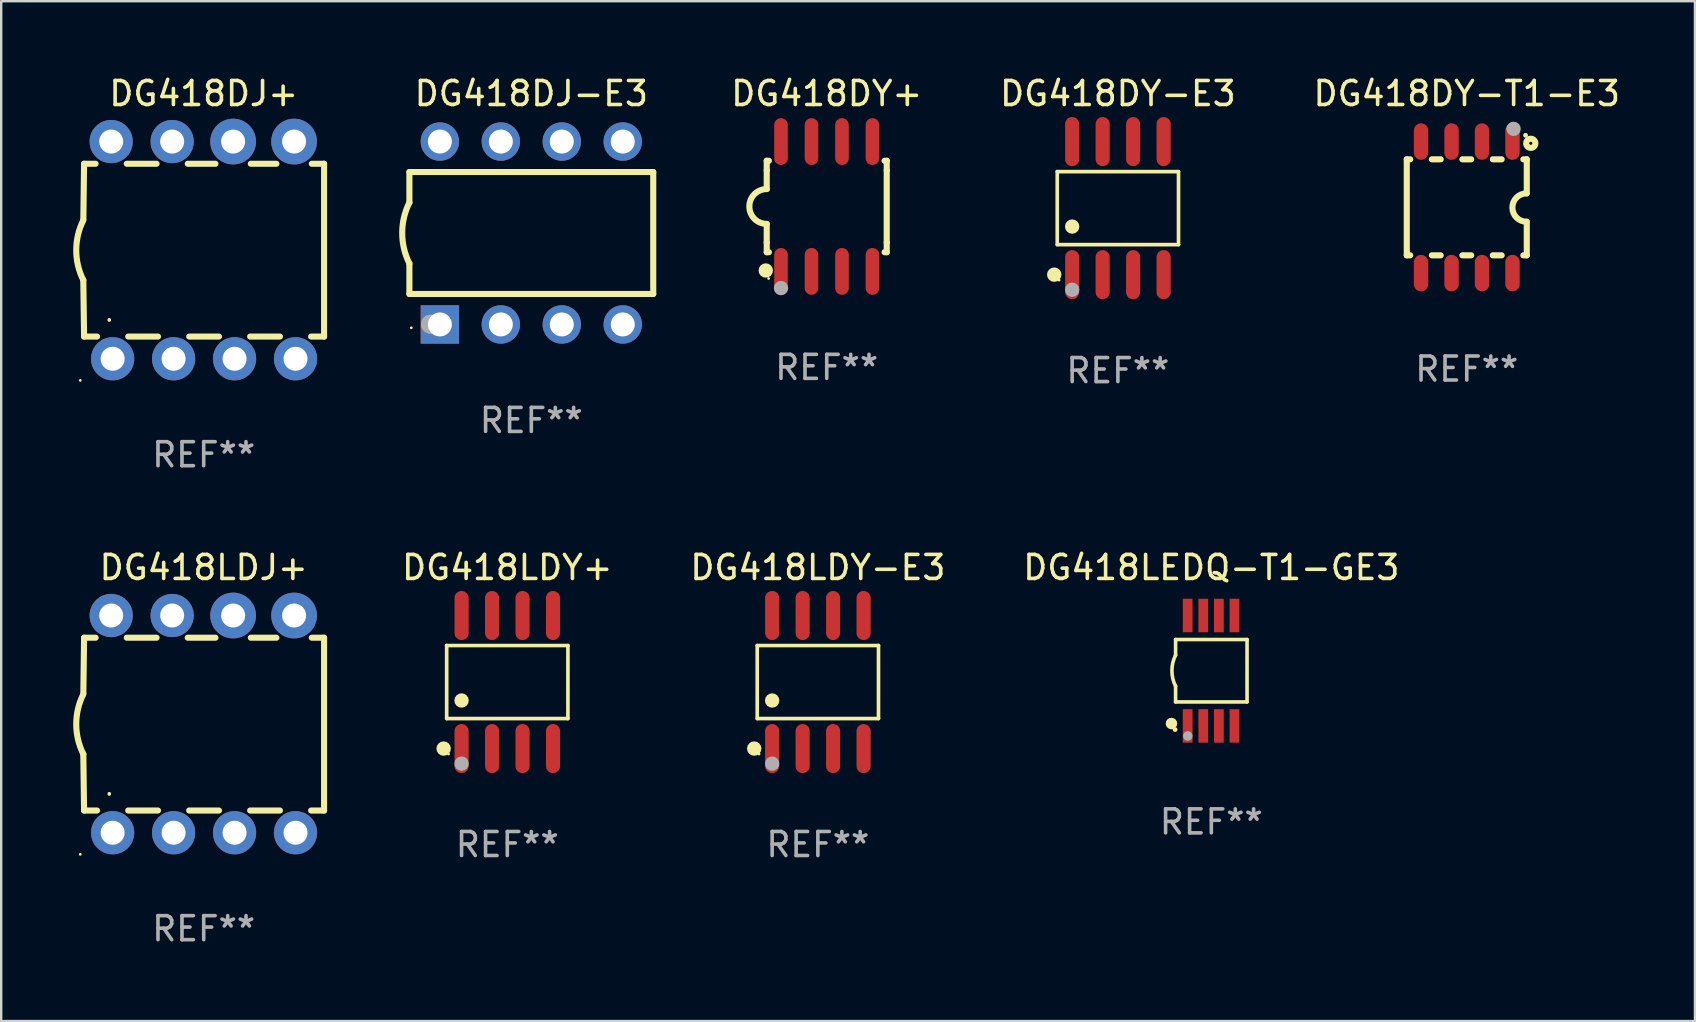
<source format=kicad_pcb>
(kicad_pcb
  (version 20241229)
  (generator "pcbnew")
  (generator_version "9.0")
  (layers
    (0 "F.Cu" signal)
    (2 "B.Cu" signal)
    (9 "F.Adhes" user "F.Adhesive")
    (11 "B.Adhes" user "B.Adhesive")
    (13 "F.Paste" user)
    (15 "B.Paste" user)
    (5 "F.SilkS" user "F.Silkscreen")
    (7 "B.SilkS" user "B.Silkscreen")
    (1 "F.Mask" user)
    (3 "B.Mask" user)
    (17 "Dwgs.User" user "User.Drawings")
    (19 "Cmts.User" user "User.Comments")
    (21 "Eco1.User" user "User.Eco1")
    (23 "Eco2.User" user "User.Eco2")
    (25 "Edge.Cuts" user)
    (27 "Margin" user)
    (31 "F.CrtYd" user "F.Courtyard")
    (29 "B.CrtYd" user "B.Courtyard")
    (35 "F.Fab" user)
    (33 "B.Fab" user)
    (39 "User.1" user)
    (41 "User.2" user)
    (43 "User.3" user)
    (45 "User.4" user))
  (footprint "DG418LDJ+"
    (layer "F.Cu")
    (at 5.437 27.12)
    (property "Reference" "DG418LDJ+" (at 0 -6.525 0) (layer "F.SilkS") (effects (font (size 1 1) (thickness 0.15))))
    (attr through_hole)
    (fp_line (start -4.984 -3.6) (end -5.014 -1.3) (stroke (width 0.254) (type solid)) (layer "F.SilkS"))
    (fp_line (start -4.984 -3.6) (end -4.504 -3.6) (stroke (width 0.254) (type solid)) (layer "F.SilkS"))
    (fp_line (start -4.984 3.6) (end -5.016 1.25) (stroke (width 0.254) (type solid)) (layer "F.SilkS"))
    (fp_line (start -4.984 3.6) (end -4.444 3.6) (stroke (width 0.254) (type solid)) (layer "F.SilkS"))
    (fp_line (start -3.205 -3.6) (end -1.964 -3.6) (stroke (width 0.254) (type solid)) (layer "F.SilkS"))
    (fp_line (start -3.145 3.6) (end -1.904 3.6) (stroke (width 0.254) (type solid)) (layer "F.SilkS"))
    (fp_line (start -0.665 -3.6) (end 0.489 -3.6) (stroke (width 0.254) (type solid)) (layer "F.SilkS"))
    (fp_line (start -0.605 3.6) (end 0.636 3.6) (stroke (width 0.254) (type solid)) (layer "F.SilkS"))
    (fp_line (start 1.935 3.6) (end 3.176 3.6) (stroke (width 0.254) (type solid)) (layer "F.SilkS"))
    (fp_line (start 1.963 -3.6) (end 3.029 -3.6) (stroke (width 0.254) (type solid)) (layer "F.SilkS"))
    (fp_line (start 4.475 3.6) (end 5.016 3.6) (stroke (width 0.254) (type solid)) (layer "F.SilkS"))
    (fp_line (start 4.503 -3.6) (end 5.016 -3.6) (stroke (width 0.254) (type solid)) (layer "F.SilkS"))
    (fp_line (start 5.016 -3.6) (end 5.016 3.6) (stroke (width 0.254) (type solid)) (layer "F.SilkS"))
    (fp_arc (start -5.015621 1.24972) (mid -5.310243 -0.000275) (end -5.014376 -1.249975) (stroke (width 0.254001) (type solid)) (layer "F.SilkS"))
    (fp_arc (start -3.934646 2.911239) (mid -3.934581 2.905612) (end -3.934392 2.899987) (stroke (width 0.149987) (type solid)) (layer "F.SilkS"))
    (fp_circle (center -5.143 5.425) (end -5.113 5.425) (stroke (width 0.06) (type solid)) (fill no) (layer "F.SilkS"))
    (fp_text user "REF**" (at 0 8.525 0) (layer "F.Fab") (effects (font (size 1 1) (thickness 0.15))))
    (pad "1" thru_hole circle (at -3.794 4.525) (size 1.8 1.8) (drill 1) (layers "*.Cu" "*.Mask"))
    (pad "2" thru_hole circle (at -1.254 4.525) (size 1.8 1.8) (drill 1) (layers "*.Cu" "*.Mask"))
    (pad "3" thru_hole circle (at 1.286 4.525) (size 1.8 1.8) (drill 1) (layers "*.Cu" "*.Mask"))
    (pad "4" thru_hole circle (at 3.826 4.525) (size 1.8 1.8) (drill 1) (layers "*.Cu" "*.Mask"))
    (pad "5" thru_hole circle (at 3.766 -4.525) (size 1.905 1.905) (drill 1) (layers "*.Cu" "*.Mask"))
    (pad "6" thru_hole circle (at 1.226 -4.525) (size 1.905 1.905) (drill 1) (layers "*.Cu" "*.Mask"))
    (pad "7" thru_hole circle (at -1.314 -4.525) (size 1.8 1.8) (drill 1) (layers "*.Cu" "*.Mask"))
    (pad "8" thru_hole circle (at -3.854 -4.525) (size 1.8 1.8) (drill 1) (layers "*.Cu" "*.Mask")))
  (footprint "DG418DJ-E3"
    (layer "F.Cu")
    (at 19.087 6.658)
    (property "Reference" "DG418DJ-E3" (at 0 -5.81 0) (layer "F.SilkS") (effects (font (size 1 1) (thickness 0.15))))
    (attr through_hole)
    (fp_line (start -5.08 -1.27) (end -5.08 -2.54) (stroke (width 0.254) (type solid)) (layer "F.SilkS"))
    (fp_line (start -5.08 2.54) (end -5.08 1.27) (stroke (width 0.254) (type solid)) (layer "F.SilkS"))
    (fp_line (start 5.08 -2.54) (end -5.08 -2.54) (stroke (width 0.254) (type solid)) (layer "F.SilkS"))
    (fp_line (start 5.08 2.54) (end -5.08 2.54) (stroke (width 0.254) (type solid)) (layer "F.SilkS"))
    (fp_line (start 5.08 2.54) (end 5.08 -2.54) (stroke (width 0.254) (type solid)) (layer "F.SilkS"))
    (fp_arc (start -5.080011 1.270002) (mid -5.379818 -0.000001) (end -5.08001 -1.270003) (stroke (width 0.254001) (type solid)) (layer "F.SilkS"))
    (fp_circle (center -5 3.95) (end -4.97 3.95) (stroke (width 0.06) (type solid)) (fill no) (layer "F.SilkS"))
    (fp_circle (center -4.2 3.8) (end -4 3.8) (stroke (width 0.4) (type solid)) (fill no) (layer "F.Fab"))
    (fp_text user "REF**" (at 0 7.81 0) (layer "F.Fab") (effects (font (size 1 1) (thickness 0.15))))
    (pad "1" thru_hole rect (at -3.81 3.81) (size 1.6 1.6) (drill 1) (layers "*.Cu" "*.Mask"))
    (pad "2" thru_hole circle (at -1.27 3.81) (size 1.6 1.6) (drill 1) (layers "*.Cu" "*.Mask"))
    (pad "3" thru_hole circle (at 1.27 3.81) (size 1.6 1.6) (drill 1) (layers "*.Cu" "*.Mask"))
    (pad "4" thru_hole circle (at 3.81 3.81) (size 1.6 1.6) (drill 1) (layers "*.Cu" "*.Mask"))
    (pad "5" thru_hole circle (at 3.81 -3.81) (size 1.6 1.6) (drill 1) (layers "*.Cu" "*.Mask"))
    (pad "6" thru_hole circle (at 1.27 -3.81) (size 1.6 1.6) (drill 1) (layers "*.Cu" "*.Mask"))
    (pad "7" thru_hole circle (at -1.27 -3.81) (size 1.6 1.6) (drill 1) (layers "*.Cu" "*.Mask"))
    (pad "8" thru_hole circle (at -3.81 -3.81) (size 1.6 1.6) (drill 1) (layers "*.Cu" "*.Mask")))
  (footprint "DG418DY-E3"
    (layer "F.Cu")
    (at 43.526 5.621)
    (property "Reference" "DG418DY-E3" (at 0 -4.772 0) (layer "F.SilkS") (effects (font (size 1 1) (thickness 0.15))))
    (attr through_hole)
    (fp_line (start -2.526 -1.521) (end 2.526 -1.521) (stroke (width 0.152) (type solid)) (layer "F.SilkS"))
    (fp_line (start -2.526 1.521) (end -2.526 -1.521) (stroke (width 0.152) (type solid)) (layer "F.SilkS"))
    (fp_line (start 2.526 -1.521) (end 2.526 1.521) (stroke (width 0.152) (type solid)) (layer "F.SilkS"))
    (fp_line (start 2.526 1.521) (end -2.526 1.521) (stroke (width 0.152) (type solid)) (layer "F.SilkS"))
    (fp_circle (center -2.652 2.772) (end -2.501 2.772) (stroke (width 0.3) (type solid)) (fill no) (layer "F.SilkS"))
    (fp_circle (center -2.45 3) (end -2.42 3) (stroke (width 0.06) (type solid)) (fill no) (layer "F.SilkS"))
    (fp_circle (center -1.905 0.769) (end -1.755 0.769) (stroke (width 0.3) (type solid)) (fill no) (layer "F.SilkS"))
    (fp_circle (center -1.905 3.4) (end -1.755 3.4) (stroke (width 0.3) (type solid)) (fill no) (layer "F.Fab"))
    (fp_text user "REF**" (at 0 6.772 0) (layer "F.Fab") (effects (font (size 1 1) (thickness 0.15))))
    (pad "1" smd oval (at -1.905 2.772) (size 0.588 2.045) (layers "F.Cu" "F.Mask" "F.Paste"))
    (pad "2" smd oval (at -0.635 2.772) (size 0.588 2.045) (layers "F.Cu" "F.Mask" "F.Paste"))
    (pad "3" smd oval (at 0.635 2.772) (size 0.588 2.045) (layers "F.Cu" "F.Mask" "F.Paste"))
    (pad "4" smd oval (at 1.905 2.772) (size 0.588 2.045) (layers "F.Cu" "F.Mask" "F.Paste"))
    (pad "5" smd oval (at 1.905 -2.772) (size 0.588 2.045) (layers "F.Cu" "F.Mask" "F.Paste"))
    (pad "6" smd oval (at 0.635 -2.772) (size 0.588 2.045) (layers "F.Cu" "F.Mask" "F.Paste"))
    (pad "7" smd oval (at -0.635 -2.772) (size 0.588 2.045) (layers "F.Cu" "F.Mask" "F.Paste"))
    (pad "8" smd oval (at -1.905 -2.772) (size 0.588 2.045) (layers "F.Cu" "F.Mask" "F.Paste")))
  (footprint "DG418DY+"
    (layer "F.Cu")
    (at 31.395 5.553)
    (property "Reference" "DG418DY+" (at 0 -4.705 0) (layer "F.SilkS") (effects (font (size 1 1) (thickness 0.15))))
    (attr through_hole)
    (fp_line (start -2.5 -1.905) (end -2.409 -1.905) (stroke (width 0.254) (type solid)) (layer "F.SilkS"))
    (fp_line (start -2.5 -1.5) (end -2.5 -1.905) (stroke (width 0.254) (type solid)) (layer "F.SilkS"))
    (fp_line (start -2.5 -1.5) (end -2.5 -0.726) (stroke (width 0.254) (type solid)) (layer "F.SilkS"))
    (fp_line (start -2.5 1.5) (end -2.5 0.727) (stroke (width 0.254) (type solid)) (layer "F.SilkS"))
    (fp_line (start -2.5 1.5) (end -2.5 1.905) (stroke (width 0.254) (type solid)) (layer "F.SilkS"))
    (fp_line (start -2.5 1.905) (end -2.409 1.905) (stroke (width 0.254) (type solid)) (layer "F.SilkS"))
    (fp_line (start 2.5 -1.905) (end 2.409 -1.905) (stroke (width 0.254) (type solid)) (layer "F.SilkS"))
    (fp_line (start 2.5 -1.5) (end 2.5 -1.905) (stroke (width 0.254) (type solid)) (layer "F.SilkS"))
    (fp_line (start 2.5 -1.5) (end 2.5 1.5) (stroke (width 0.254) (type solid)) (layer "F.SilkS"))
    (fp_line (start 2.5 1.5) (end 2.5 1.905) (stroke (width 0.254) (type solid)) (layer "F.SilkS"))
    (fp_line (start 2.5 1.905) (end 2.409 1.905) (stroke (width 0.254) (type solid)) (layer "F.SilkS"))
    (fp_arc (start -2.5 0.726568) (mid -3.220316 -0.0023) (end -2.495097 -0.726289) (stroke (width 0.254001) (type solid)) (layer "F.SilkS"))
    (fp_circle (center -2.54 2.667) (end -2.39 2.667) (stroke (width 0.3) (type solid)) (fill no) (layer "F.SilkS"))
    (fp_circle (center -2.42 3) (end -2.39 3) (stroke (width 0.06) (type solid)) (fill no) (layer "F.SilkS"))
    (fp_circle (center -1.905 3.4) (end -1.755 3.4) (stroke (width 0.3) (type solid)) (fill no) (layer "F.Fab"))
    (fp_text user "REF**" (at 0 6.705 0) (layer "F.Fab") (effects (font (size 1 1) (thickness 0.15))))
    (pad "1" smd oval (at -1.905 2.705) (size 0.568 1.95) (layers "F.Cu" "F.Mask" "F.Paste"))
    (pad "2" smd oval (at -0.635 2.705) (size 0.568 1.95) (layers "F.Cu" "F.Mask" "F.Paste"))
    (pad "3" smd oval (at 0.635 2.705) (size 0.568 1.95) (layers "F.Cu" "F.Mask" "F.Paste"))
    (pad "4" smd oval (at 1.905 2.705) (size 0.568 1.95) (layers "F.Cu" "F.Mask" "F.Paste"))
    (pad "5" smd oval (at 1.905 -2.705) (size 0.568 1.95) (layers "F.Cu" "F.Mask" "F.Paste"))
    (pad "6" smd oval (at 0.635 -2.705) (size 0.568 1.95) (layers "F.Cu" "F.Mask" "F.Paste"))
    (pad "7" smd oval (at -0.635 -2.705) (size 0.568 1.95) (layers "F.Cu" "F.Mask" "F.Paste"))
    (pad "8" smd oval (at -1.905 -2.705) (size 0.568 1.95) (layers "F.Cu" "F.Mask" "F.Paste")))
  (footprint "DG418LDY+"
    (layer "F.Cu")
    (at 18.086 25.367)
    (property "Reference" "DG418LDY+" (at 0 -4.772 0) (layer "F.SilkS") (effects (font (size 1 1) (thickness 0.15))))
    (attr through_hole)
    (fp_line (start -2.526 -1.521) (end 2.526 -1.521) (stroke (width 0.152) (type solid)) (layer "F.SilkS"))
    (fp_line (start -2.526 1.521) (end -2.526 -1.521) (stroke (width 0.152) (type solid)) (layer "F.SilkS"))
    (fp_line (start 2.526 -1.521) (end 2.526 1.521) (stroke (width 0.152) (type solid)) (layer "F.SilkS"))
    (fp_line (start 2.526 1.521) (end -2.526 1.521) (stroke (width 0.152) (type solid)) (layer "F.SilkS"))
    (fp_circle (center -2.652 2.772) (end -2.501 2.772) (stroke (width 0.3) (type solid)) (fill no) (layer "F.SilkS"))
    (fp_circle (center -2.45 3) (end -2.42 3) (stroke (width 0.06) (type solid)) (fill no) (layer "F.SilkS"))
    (fp_circle (center -1.905 0.769) (end -1.755 0.769) (stroke (width 0.3) (type solid)) (fill no) (layer "F.SilkS"))
    (fp_circle (center -1.905 3.4) (end -1.755 3.4) (stroke (width 0.3) (type solid)) (fill no) (layer "F.Fab"))
    (fp_text user "REF**" (at 0 6.772 0) (layer "F.Fab") (effects (font (size 1 1) (thickness 0.15))))
    (pad "1" smd oval (at -1.905 2.772) (size 0.588 2.045) (layers "F.Cu" "F.Mask" "F.Paste"))
    (pad "2" smd oval (at -0.635 2.772) (size 0.588 2.045) (layers "F.Cu" "F.Mask" "F.Paste"))
    (pad "3" smd oval (at 0.635 2.772) (size 0.588 2.045) (layers "F.Cu" "F.Mask" "F.Paste"))
    (pad "4" smd oval (at 1.905 2.772) (size 0.588 2.045) (layers "F.Cu" "F.Mask" "F.Paste"))
    (pad "5" smd oval (at 1.905 -2.772) (size 0.588 2.045) (layers "F.Cu" "F.Mask" "F.Paste"))
    (pad "6" smd oval (at 0.635 -2.772) (size 0.588 2.045) (layers "F.Cu" "F.Mask" "F.Paste"))
    (pad "7" smd oval (at -0.635 -2.772) (size 0.588 2.045) (layers "F.Cu" "F.Mask" "F.Paste"))
    (pad "8" smd oval (at -1.905 -2.772) (size 0.588 2.045) (layers "F.Cu" "F.Mask" "F.Paste")))
  (footprint "DG418DY-T1-E3"
    (layer "F.Cu")
    (at 58.062 5.588)
    (property "Reference" "DG418DY-T1-E3" (at 0 -4.74 0) (layer "F.SilkS") (effects (font (size 1 1) (thickness 0.15))))
    (attr through_hole)
    (fp_line (start -2.5 2) (end -2.5 -2) (stroke (width 0.254) (type solid)) (layer "F.SilkS"))
    (fp_line (start -2.356 -2) (end -2.5 -2) (stroke (width 0.254) (type solid)) (layer "F.SilkS"))
    (fp_line (start -2.356 2) (end -2.5 2) (stroke (width 0.254) (type solid)) (layer "F.SilkS"))
    (fp_line (start -1.086 -2) (end -1.454 -2) (stroke (width 0.254) (type solid)) (layer "F.SilkS"))
    (fp_line (start -1.086 2) (end -1.454 2) (stroke (width 0.254) (type solid)) (layer "F.SilkS"))
    (fp_line (start 0.184 -2) (end -0.184 -2) (stroke (width 0.254) (type solid)) (layer "F.SilkS"))
    (fp_line (start 0.184 2) (end -0.184 2) (stroke (width 0.254) (type solid)) (layer "F.SilkS"))
    (fp_line (start 1.454 -2) (end 1.086 -2) (stroke (width 0.254) (type solid)) (layer "F.SilkS"))
    (fp_line (start 1.454 2) (end 1.086 2) (stroke (width 0.254) (type solid)) (layer "F.SilkS"))
    (fp_line (start 2.5 -2) (end 2.356 -2) (stroke (width 0.254) (type solid)) (layer "F.SilkS"))
    (fp_line (start 2.5 -0.58) (end 2.5 -2) (stroke (width 0.254) (type solid)) (layer "F.SilkS"))
    (fp_line (start 2.5 2) (end 2.356 2) (stroke (width 0.254) (type solid)) (layer "F.SilkS"))
    (fp_line (start 2.5 2) (end 2.5 0.6) (stroke (width 0.254) (type solid)) (layer "F.SilkS"))
    (fp_arc (start 2.489992 0.600051) (mid 1.901674 0.010046) (end 2.489992 -0.579959) (stroke (width 0.254001) (type solid)) (layer "F.SilkS"))
    (fp_circle (center 2.45 -3) (end 2.5 -3) (stroke (width 0.1) (type solid)) (fill no) (layer "F.SilkS"))
    (fp_circle (center 2.667 -2.667) (end 2.858 -2.667) (stroke (width 0.254) (type solid)) (fill no) (layer "F.SilkS"))
    (fp_circle (center 1.95 -3.27) (end 2.1 -3.27) (stroke (width 0.3) (type solid)) (fill no) (layer "F.Fab"))
    (fp_text user "REF**" (at 0 6.74 0) (layer "F.Fab") (effects (font (size 1 1) (thickness 0.15))))
    (pad "1" smd oval (at 1.905 -2.74) (size 0.6 1.52) (layers "F.Cu" "F.Mask" "F.Paste"))
    (pad "2" smd oval (at 0.635 -2.74) (size 0.6 1.52) (layers "F.Cu" "F.Mask" "F.Paste"))
    (pad "3" smd oval (at -0.635 -2.74) (size 0.6 1.52) (layers "F.Cu" "F.Mask" "F.Paste"))
    (pad "4" smd oval (at -1.905 -2.74) (size 0.6 1.52) (layers "F.Cu" "F.Mask" "F.Paste"))
    (pad "5" smd oval (at -1.905 2.74) (size 0.6 1.52) (layers "F.Cu" "F.Mask" "F.Paste"))
    (pad "6" smd oval (at -0.635 2.74) (size 0.6 1.52) (layers "F.Cu" "F.Mask" "F.Paste"))
    (pad "7" smd oval (at 0.635 2.74) (size 0.6 1.52) (layers "F.Cu" "F.Mask" "F.Paste"))
    (pad "8" smd oval (at 1.905 2.74) (size 0.6 1.52) (layers "F.Cu" "F.Mask" "F.Paste")))
  (footprint "DG418LEDQ-T1-GE3"
    (layer "F.Cu")
    (at 47.419 24.895)
    (property "Reference" "DG418LEDQ-T1-GE3" (at 0 -4.3 0) (layer "F.SilkS") (effects (font (size 1 1) (thickness 0.15))))
    (attr through_hole)
    (fp_line (start -1.489 -1.3) (end -1.489 -0.648) (stroke (width 0.15) (type solid)) (layer "F.SilkS"))
    (fp_line (start -1.489 0.648) (end -1.489 1.3) (stroke (width 0.15) (type solid)) (layer "F.SilkS"))
    (fp_line (start -1.489 1.3) (end 1.489 1.3) (stroke (width 0.15) (type solid)) (layer "F.SilkS"))
    (fp_line (start 1.489 -1.3) (end -1.489 -1.3) (stroke (width 0.15) (type solid)) (layer "F.SilkS"))
    (fp_line (start 1.489 1.3) (end 1.489 -1.3) (stroke (width 0.15) (type solid)) (layer "F.SilkS"))
    (fp_arc (start -1.489205 0.647702) (mid -1.642107 0) (end -1.489205 -0.647701) (stroke (width 0.150013) (type solid)) (layer "F.SilkS"))
    (fp_circle (center -1.661 2.2) (end -1.541 2.2) (stroke (width 0.24) (type solid)) (fill no) (layer "F.SilkS"))
    (fp_circle (center -1.511 2.45) (end -1.461 2.45) (stroke (width 0.1) (type solid)) (fill no) (layer "F.SilkS"))
    (fp_circle (center -0.981 2.72) (end -0.881 2.72) (stroke (width 0.2) (type solid)) (fill no) (layer "F.Fab"))
    (fp_text user "REF**" (at 0 6.3 0) (layer "F.Fab") (effects (font (size 1 1) (thickness 0.15))))
    (pad "1" smd rect (at -0.986 2.3) (size 0.406 1.397) (layers "F.Cu" "F.Mask" "F.Paste"))
    (pad "2" smd rect (at -0.336 2.3) (size 0.406 1.397) (layers "F.Cu" "F.Mask" "F.Paste"))
    (pad "3" smd rect (at 0.314 2.3) (size 0.406 1.397) (layers "F.Cu" "F.Mask" "F.Paste"))
    (pad "4" smd rect (at 0.964 2.3) (size 0.406 1.397) (layers "F.Cu" "F.Mask" "F.Paste"))
    (pad "5" smd rect (at 0.964 -2.3) (size 0.406 1.397) (layers "F.Cu" "F.Mask" "F.Paste"))
    (pad "6" smd rect (at 0.314 -2.3) (size 0.406 1.397) (layers "F.Cu" "F.Mask" "F.Paste"))
    (pad "7" smd rect (at -0.336 -2.3) (size 0.406 1.397) (layers "F.Cu" "F.Mask" "F.Paste"))
    (pad "8" smd rect (at -0.986 -2.3) (size 0.406 1.397) (layers "F.Cu" "F.Mask" "F.Paste")))
  (footprint "DG418DJ+"
    (layer "F.Cu")
    (at 5.437 7.373)
    (property "Reference" "DG418DJ+" (at 0 -6.525 0) (layer "F.SilkS") (effects (font (size 1 1) (thickness 0.15))))
    (attr through_hole)
    (fp_line (start -4.984 -3.6) (end -5.014 -1.3) (stroke (width 0.254) (type solid)) (layer "F.SilkS"))
    (fp_line (start -4.984 -3.6) (end -4.504 -3.6) (stroke (width 0.254) (type solid)) (layer "F.SilkS"))
    (fp_line (start -4.984 3.6) (end -5.016 1.25) (stroke (width 0.254) (type solid)) (layer "F.SilkS"))
    (fp_line (start -4.984 3.6) (end -4.444 3.6) (stroke (width 0.254) (type solid)) (layer "F.SilkS"))
    (fp_line (start -3.205 -3.6) (end -1.964 -3.6) (stroke (width 0.254) (type solid)) (layer "F.SilkS"))
    (fp_line (start -3.145 3.6) (end -1.904 3.6) (stroke (width 0.254) (type solid)) (layer "F.SilkS"))
    (fp_line (start -0.665 -3.6) (end 0.489 -3.6) (stroke (width 0.254) (type solid)) (layer "F.SilkS"))
    (fp_line (start -0.605 3.6) (end 0.636 3.6) (stroke (width 0.254) (type solid)) (layer "F.SilkS"))
    (fp_line (start 1.935 3.6) (end 3.176 3.6) (stroke (width 0.254) (type solid)) (layer "F.SilkS"))
    (fp_line (start 1.963 -3.6) (end 3.029 -3.6) (stroke (width 0.254) (type solid)) (layer "F.SilkS"))
    (fp_line (start 4.475 3.6) (end 5.016 3.6) (stroke (width 0.254) (type solid)) (layer "F.SilkS"))
    (fp_line (start 4.503 -3.6) (end 5.016 -3.6) (stroke (width 0.254) (type solid)) (layer "F.SilkS"))
    (fp_line (start 5.016 -3.6) (end 5.016 3.6) (stroke (width 0.254) (type solid)) (layer "F.SilkS"))
    (fp_arc (start -5.015621 1.24972) (mid -5.310243 -0.000275) (end -5.014376 -1.249975) (stroke (width 0.254001) (type solid)) (layer "F.SilkS"))
    (fp_arc (start -3.934646 2.911239) (mid -3.934581 2.905612) (end -3.934392 2.899987) (stroke (width 0.149987) (type solid)) (layer "F.SilkS"))
    (fp_circle (center -5.143 5.425) (end -5.113 5.425) (stroke (width 0.06) (type solid)) (fill no) (layer "F.SilkS"))
    (fp_text user "REF**" (at 0 8.525 0) (layer "F.Fab") (effects (font (size 1 1) (thickness 0.15))))
    (pad "1" thru_hole circle (at -3.794 4.525) (size 1.8 1.8) (drill 1) (layers "*.Cu" "*.Mask"))
    (pad "2" thru_hole circle (at -1.254 4.525) (size 1.8 1.8) (drill 1) (layers "*.Cu" "*.Mask"))
    (pad "3" thru_hole circle (at 1.286 4.525) (size 1.8 1.8) (drill 1) (layers "*.Cu" "*.Mask"))
    (pad "4" thru_hole circle (at 3.826 4.525) (size 1.8 1.8) (drill 1) (layers "*.Cu" "*.Mask"))
    (pad "5" thru_hole circle (at 3.766 -4.525) (size 1.905 1.905) (drill 1) (layers "*.Cu" "*.Mask"))
    (pad "6" thru_hole circle (at 1.226 -4.525) (size 1.905 1.905) (drill 1) (layers "*.Cu" "*.Mask"))
    (pad "7" thru_hole circle (at -1.314 -4.525) (size 1.8 1.8) (drill 1) (layers "*.Cu" "*.Mask"))
    (pad "8" thru_hole circle (at -3.854 -4.525) (size 1.8 1.8) (drill 1) (layers "*.Cu" "*.Mask")))
  (footprint "DG418LDY-E3"
    (layer "F.Cu")
    (at 31.026 25.367)
    (property "Reference" "DG418LDY-E3" (at 0 -4.772 0) (layer "F.SilkS") (effects (font (size 1 1) (thickness 0.15))))
    (attr through_hole)
    (fp_line (start -2.526 -1.521) (end 2.526 -1.521) (stroke (width 0.152) (type solid)) (layer "F.SilkS"))
    (fp_line (start -2.526 1.521) (end -2.526 -1.521) (stroke (width 0.152) (type solid)) (layer "F.SilkS"))
    (fp_line (start 2.526 -1.521) (end 2.526 1.521) (stroke (width 0.152) (type solid)) (layer "F.SilkS"))
    (fp_line (start 2.526 1.521) (end -2.526 1.521) (stroke (width 0.152) (type solid)) (layer "F.SilkS"))
    (fp_circle (center -2.652 2.772) (end -2.501 2.772) (stroke (width 0.3) (type solid)) (fill no) (layer "F.SilkS"))
    (fp_circle (center -2.45 3) (end -2.42 3) (stroke (width 0.06) (type solid)) (fill no) (layer "F.SilkS"))
    (fp_circle (center -1.905 0.769) (end -1.755 0.769) (stroke (width 0.3) (type solid)) (fill no) (layer "F.SilkS"))
    (fp_circle (center -1.905 3.4) (end -1.755 3.4) (stroke (width 0.3) (type solid)) (fill no) (layer "F.Fab"))
    (fp_text user "REF**" (at 0 6.772 0) (layer "F.Fab") (effects (font (size 1 1) (thickness 0.15))))
    (pad "1" smd oval (at -1.905 2.772) (size 0.588 2.045) (layers "F.Cu" "F.Mask" "F.Paste"))
    (pad "2" smd oval (at -0.635 2.772) (size 0.588 2.045) (layers "F.Cu" "F.Mask" "F.Paste"))
    (pad "3" smd oval (at 0.635 2.772) (size 0.588 2.045) (layers "F.Cu" "F.Mask" "F.Paste"))
    (pad "4" smd oval (at 1.905 2.772) (size 0.588 2.045) (layers "F.Cu" "F.Mask" "F.Paste"))
    (pad "5" smd oval (at 1.905 -2.772) (size 0.588 2.045) (layers "F.Cu" "F.Mask" "F.Paste"))
    (pad "6" smd oval (at 0.635 -2.772) (size 0.588 2.045) (layers "F.Cu" "F.Mask" "F.Paste"))
    (pad "7" smd oval (at -0.635 -2.772) (size 0.588 2.045) (layers "F.Cu" "F.Mask" "F.Paste"))
    (pad "8" smd oval (at -1.905 -2.772) (size 0.588 2.045) (layers "F.Cu" "F.Mask" "F.Paste")))
  (gr_rect
    (start -3 -3)
    (end 67.568 39.493)
    (stroke (width 0.1) (type default))
    (fill no)
    (layer "Edge.Cuts")))
</source>
